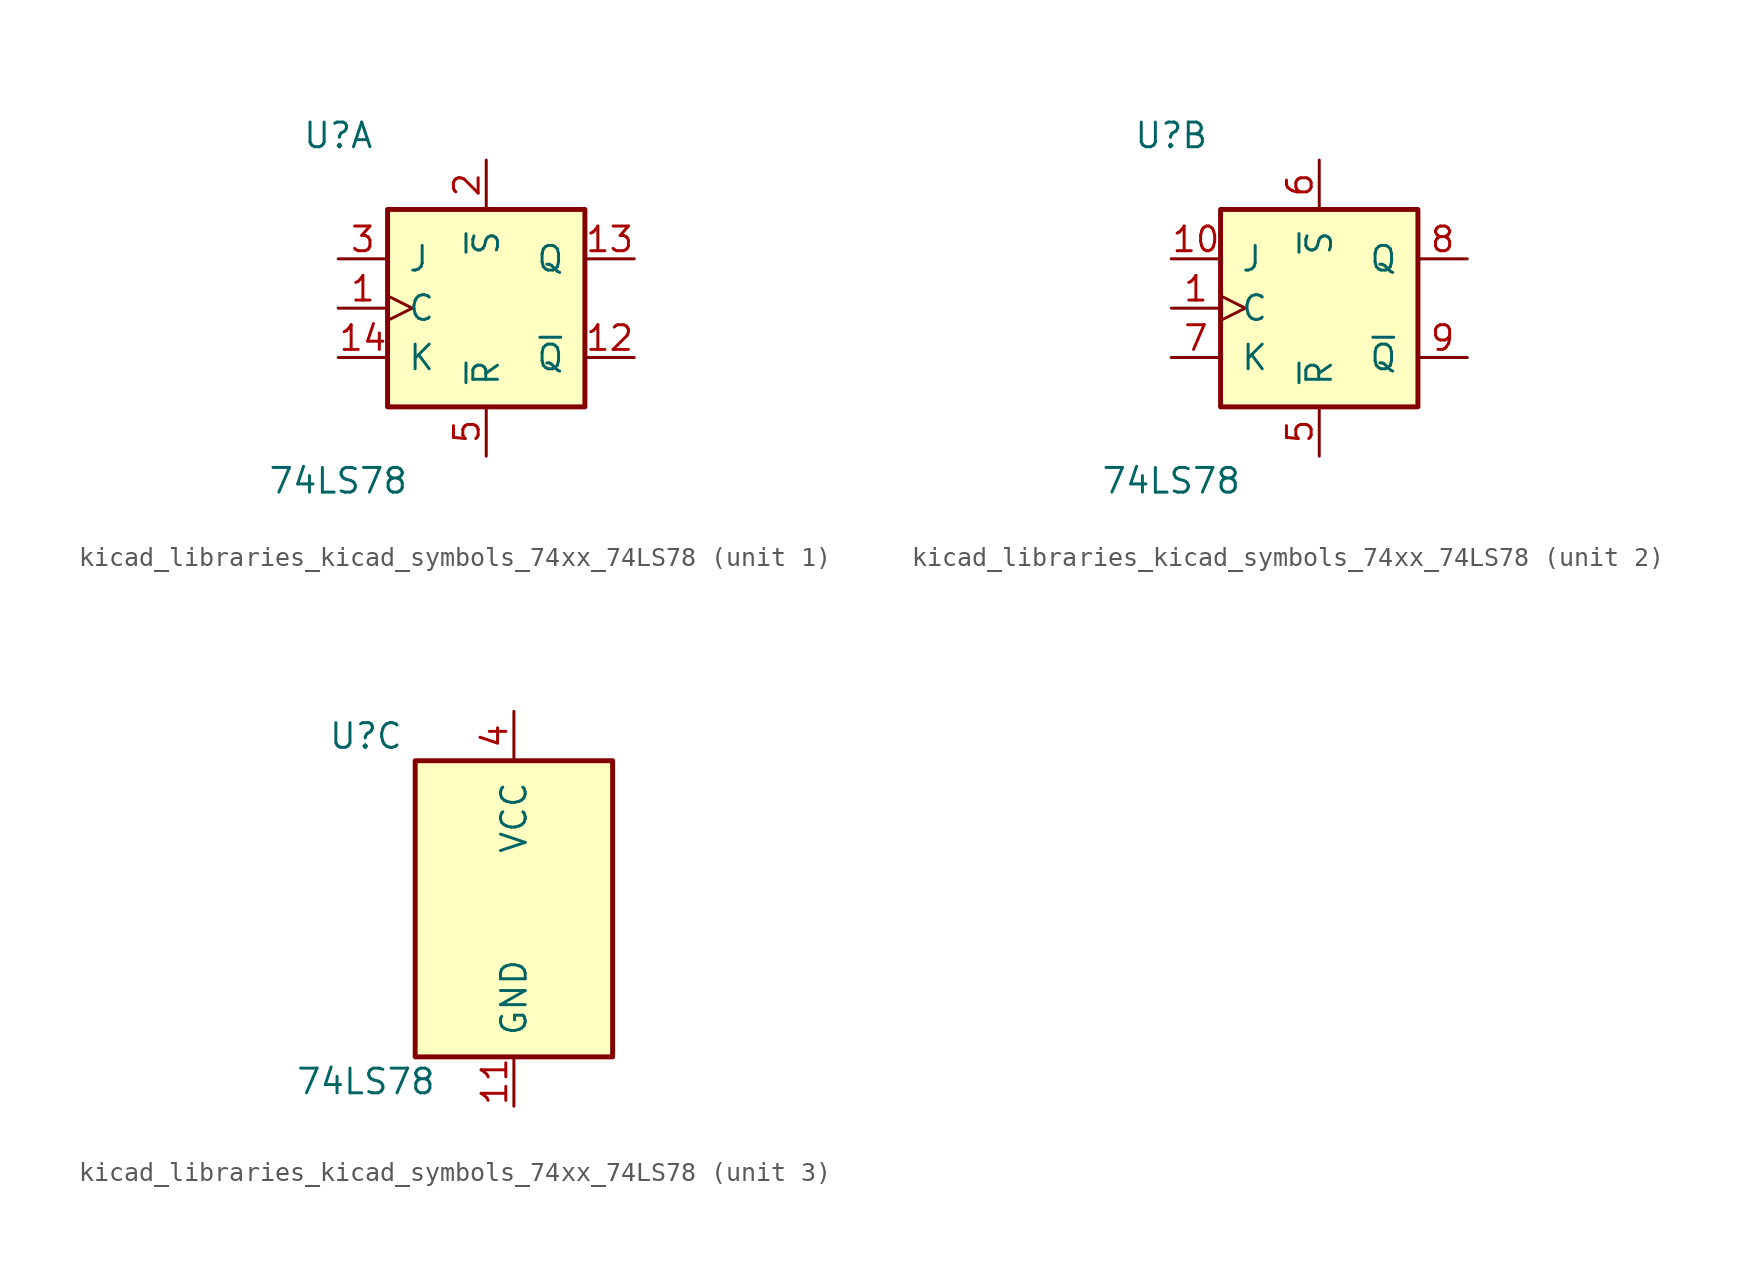
<source format=kicad_sym>
(kicad_symbol_lib
  (version 20220914)
  (generator kicad_symbol_editor)
  (symbol "kicad_libraries_kicad_symbols_74xx_74LS78"
    (pin_names
      (offset 1.016))
    (property "Reference" "U"
      (at -7.62 8.89 0)
      (effects (font (size 1.27 1.27))))
    (property "Value" "74LS78"
      (at -7.62 -8.89 0)
      (effects (font (size 1.27 1.27))))
    (property "ki_locked" ""
      (at 0 0 0)
      (effects (font (size 1.27 1.27))))
    (symbol "kicad_libraries_kicad_symbols_74xx_74LS78_1_0"
      (pin input clock (at -7.62 0 0) (length 2.54) (name "C" (effects (font (size 1.27 1.27)))) (number "1" (effects (font (size 1.27 1.27)))))
      (pin output line (at 7.62 -2.54 180) (length 2.54) (name "~{Q}" (effects (font (size 1.27 1.27)))) (number "12" (effects (font (size 1.27 1.27)))))
      (pin output line (at 7.62 2.54 180) (length 2.54) (name "Q" (effects (font (size 1.27 1.27)))) (number "13" (effects (font (size 1.27 1.27)))))
      (pin input line (at -7.62 -2.54 0) (length 2.54) (name "K" (effects (font (size 1.27 1.27)))) (number "14" (effects (font (size 1.27 1.27)))))
      (pin input line (at 0 7.62 270) (length 2.54) (name "~{S}" (effects (font (size 1.27 1.27)))) (number "2" (effects (font (size 1.27 1.27)))))
      (pin input line (at -7.62 2.54 0) (length 2.54) (name "J" (effects (font (size 1.27 1.27)))) (number "3" (effects (font (size 1.27 1.27)))))
      (pin input line (at 0 -7.62 90) (length 2.54) (name "~{R}" (effects (font (size 1.27 1.27)))) (number "5" (effects (font (size 1.27 1.27))))))
    (symbol "kicad_libraries_kicad_symbols_74xx_74LS78_1_1"
      (rectangle (start -5.08 5.08) (end 5.08 -5.08) (stroke (width 0.254) (type default)) (fill (type background))))
    (symbol "kicad_libraries_kicad_symbols_74xx_74LS78_2_0"
      (pin input clock (at -7.62 0 0) (length 2.54) (name "C" (effects (font (size 1.27 1.27)))) (number "1" (effects (font (size 1.27 1.27)))))
      (pin input line (at -7.62 2.54 0) (length 2.54) (name "J" (effects (font (size 1.27 1.27)))) (number "10" (effects (font (size 1.27 1.27)))))
      (pin input line (at 0 -7.62 90) (length 2.54) (name "~{R}" (effects (font (size 1.27 1.27)))) (number "5" (effects (font (size 1.27 1.27)))))
      (pin input line (at 0 7.62 270) (length 2.54) (name "~{S}" (effects (font (size 1.27 1.27)))) (number "6" (effects (font (size 1.27 1.27)))))
      (pin input line (at -7.62 -2.54 0) (length 2.54) (name "K" (effects (font (size 1.27 1.27)))) (number "7" (effects (font (size 1.27 1.27)))))
      (pin output line (at 7.62 2.54 180) (length 2.54) (name "Q" (effects (font (size 1.27 1.27)))) (number "8" (effects (font (size 1.27 1.27)))))
      (pin output line (at 7.62 -2.54 180) (length 2.54) (name "~{Q}" (effects (font (size 1.27 1.27)))) (number "9" (effects (font (size 1.27 1.27))))))
    (symbol "kicad_libraries_kicad_symbols_74xx_74LS78_2_1"
      (rectangle (start -5.08 5.08) (end 5.08 -5.08) (stroke (width 0.254) (type default)) (fill (type background))))
    (symbol "kicad_libraries_kicad_symbols_74xx_74LS78_3_0"
      (pin power_in line (at 0 -10.16 90) (length 2.54) (name "GND" (effects (font (size 1.27 1.27)))) (number "11" (effects (font (size 1.27 1.27)))))
      (pin power_in line (at 0 10.16 270) (length 2.54) (name "VCC" (effects (font (size 1.27 1.27)))) (number "4" (effects (font (size 1.27 1.27))))))
    (symbol "kicad_libraries_kicad_symbols_74xx_74LS78_3_1"
      (rectangle (start -5.08 7.62) (end 5.08 -7.62) (stroke (width 0.254) (type default)) (fill (type background))))))
</source>
